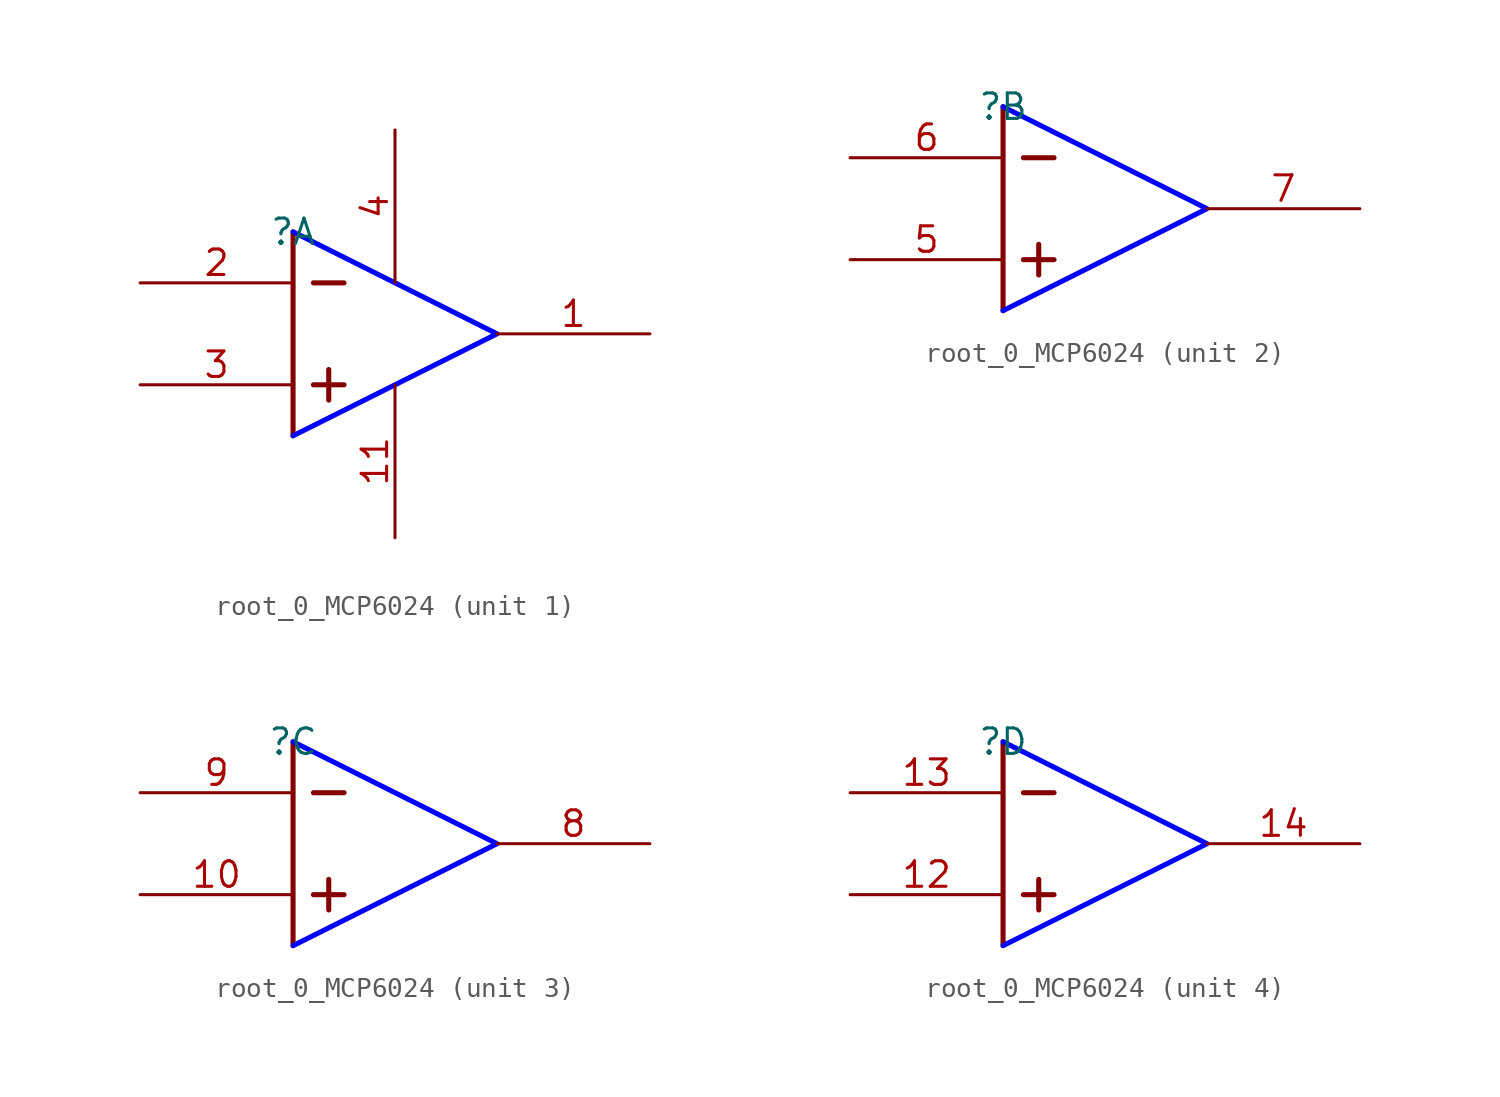
<source format=kicad_sym>
(kicad_symbol_lib
  (version 20220914)
  (generator kicad_symbol_editor)
  (symbol "root_0_MCP6024"
    (property "Reference" ""
      (at 0 0 0)
      (effects (font (size 1.27 1.27))))
    (property "Value" ""
      (at 0 0 0)
      (effects (font (size 1.27 1.27))))
    (symbol "root_0_MCP6024_1_0"
      (polyline (pts (xy 0 0) (xy 0 -10.16)) (stroke (width 0.254) (type solid)) (fill (type none)))
      (polyline (pts (xy 1.016 -7.62) (xy 2.54 -7.62)) (stroke (width 0.254) (type solid)) (fill (type none)))
      (polyline (pts (xy 1.016 -2.54) (xy 2.54 -2.54)) (stroke (width 0.254) (type solid)) (fill (type none)))
      (polyline (pts (xy 1.778 -6.858) (xy 1.778 -8.382)) (stroke (width 0.254) (type solid)) (fill (type none)))
      (polyline (pts (xy 0 0) (xy 10.16 -5.08) (xy 0 -10.16)) (stroke (width 0.254) (type solid) (color 0 0 255 1)) (fill (type none)))
      (pin passive line (at 17.78 -5.08 180) (length 7.62) (name "" (effects (font (size 0 0)))) (number "1" (effects (font (size 1.27 1.27)))))
      (pin passive line (at 5.08 -15.24 90) (length 7.62) (name "" (effects (font (size 1.27 1.27)))) (number "11" (effects (font (size 1.27 1.27)))))
      (pin passive line (at -7.62 -2.54 0) (length 7.62) (name "" (effects (font (size 0 0)))) (number "2" (effects (font (size 1.27 1.27)))))
      (pin passive line (at -7.62 -7.62 0) (length 7.62) (name "" (effects (font (size 0 0)))) (number "3" (effects (font (size 1.27 1.27)))))
      (pin passive line (at 5.08 5.08 270) (length 7.62) (name "" (effects (font (size 1.27 1.27)))) (number "4" (effects (font (size 1.27 1.27))))))
    (symbol "root_0_MCP6024_2_0"
      (polyline (pts (xy 0 0) (xy 0 -10.16)) (stroke (width 0.254) (type solid)) (fill (type none)))
      (polyline (pts (xy 1.016 -7.62) (xy 2.54 -7.62)) (stroke (width 0.254) (type solid)) (fill (type none)))
      (polyline (pts (xy 1.016 -2.54) (xy 2.54 -2.54)) (stroke (width 0.254) (type solid)) (fill (type none)))
      (polyline (pts (xy 1.778 -6.858) (xy 1.778 -8.382)) (stroke (width 0.254) (type solid)) (fill (type none)))
      (polyline (pts (xy 0 0) (xy 10.16 -5.08) (xy 0 -10.16)) (stroke (width 0.254) (type solid) (color 0 0 255 1)) (fill (type none)))
      (pin passive line (at -7.62 -7.62 0) (length 7.62) (name "" (effects (font (size 0 0)))) (number "5" (effects (font (size 1.27 1.27)))))
      (pin passive line (at -7.62 -2.54 0) (length 7.62) (name "" (effects (font (size 0 0)))) (number "6" (effects (font (size 1.27 1.27)))))
      (pin passive line (at 17.78 -5.08 180) (length 7.62) (name "" (effects (font (size 0 0)))) (number "7" (effects (font (size 1.27 1.27))))))
    (symbol "root_0_MCP6024_3_0"
      (polyline (pts (xy 0 0) (xy 0 -10.16)) (stroke (width 0.254) (type solid)) (fill (type none)))
      (polyline (pts (xy 1.016 -7.62) (xy 2.54 -7.62)) (stroke (width 0.254) (type solid)) (fill (type none)))
      (polyline (pts (xy 1.016 -2.54) (xy 2.54 -2.54)) (stroke (width 0.254) (type solid)) (fill (type none)))
      (polyline (pts (xy 1.778 -6.858) (xy 1.778 -8.382)) (stroke (width 0.254) (type solid)) (fill (type none)))
      (polyline (pts (xy 0 0) (xy 10.16 -5.08) (xy 0 -10.16)) (stroke (width 0.254) (type solid) (color 0 0 255 1)) (fill (type none)))
      (pin passive line (at -7.62 -7.62 0) (length 7.62) (name "" (effects (font (size 0 0)))) (number "10" (effects (font (size 1.27 1.27)))))
      (pin passive line (at 17.78 -5.08 180) (length 7.62) (name "" (effects (font (size 0 0)))) (number "8" (effects (font (size 1.27 1.27)))))
      (pin passive line (at -7.62 -2.54 0) (length 7.62) (name "" (effects (font (size 0 0)))) (number "9" (effects (font (size 1.27 1.27))))))
    (symbol "root_0_MCP6024_4_0"
      (polyline (pts (xy 0 0) (xy 0 -10.16)) (stroke (width 0.254) (type solid)) (fill (type none)))
      (polyline (pts (xy 1.016 -7.62) (xy 2.54 -7.62)) (stroke (width 0.254) (type solid)) (fill (type none)))
      (polyline (pts (xy 1.016 -2.54) (xy 2.54 -2.54)) (stroke (width 0.254) (type solid)) (fill (type none)))
      (polyline (pts (xy 1.778 -6.858) (xy 1.778 -8.382)) (stroke (width 0.254) (type solid)) (fill (type none)))
      (polyline (pts (xy 0 0) (xy 10.16 -5.08) (xy 0 -10.16)) (stroke (width 0.254) (type solid) (color 0 0 255 1)) (fill (type none)))
      (pin passive line (at -7.62 -7.62 0) (length 7.62) (name "" (effects (font (size 0 0)))) (number "12" (effects (font (size 1.27 1.27)))))
      (pin passive line (at -7.62 -2.54 0) (length 7.62) (name "" (effects (font (size 0 0)))) (number "13" (effects (font (size 1.27 1.27)))))
      (pin passive line (at 17.78 -5.08 180) (length 7.62) (name "" (effects (font (size 0 0)))) (number "14" (effects (font (size 1.27 1.27))))))))
</source>
